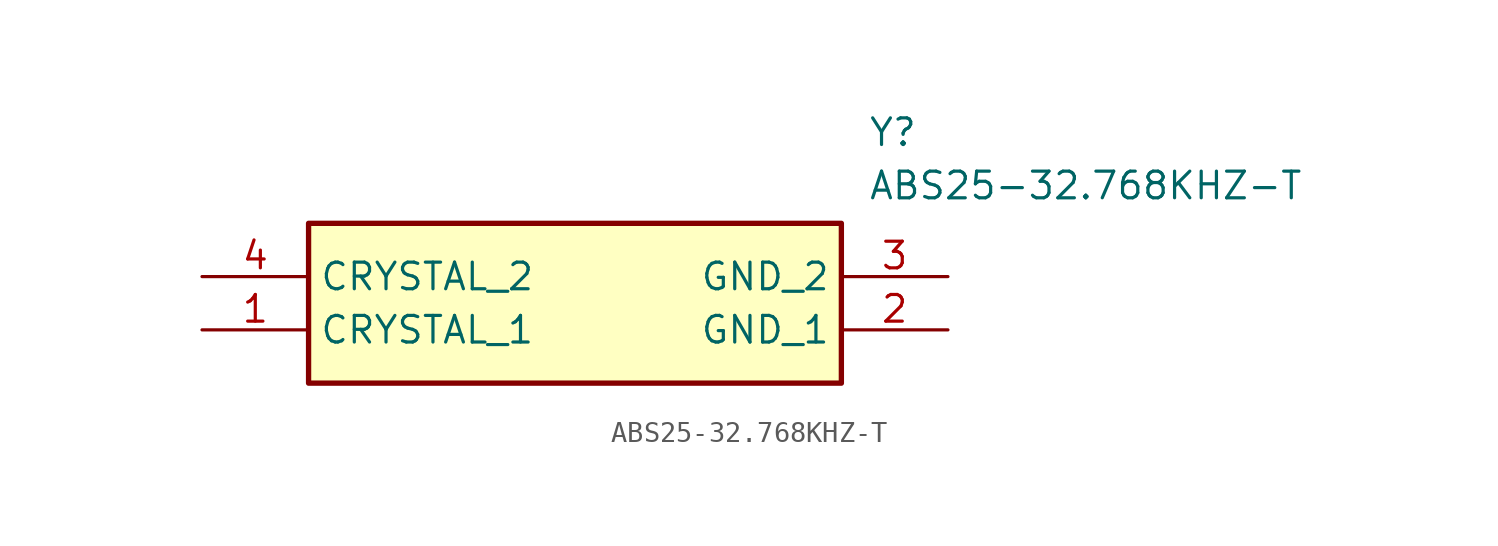
<source format=kicad_sym>
(kicad_symbol_lib
  (version 20211014)
  (generator SamacSys_ECAD_Model)
  (symbol "ABS25-32.768KHZ-T"
    (property "Reference" "Y"
      (at 31.75 7.62 0)
      (effects (font (size 1.27 1.27)) (justify left top)))
    (property "Value" "ABS25-32.768KHZ-T"
      (at 31.75 5.08 0)
      (effects (font (size 1.27 1.27)) (justify left top)))
    (rectangle
      (start 5.08 2.54)
      (end 30.48 -5.08)
      (stroke (width 0.254) (type default))
      (fill (type background)))
    (pin passive line
      (at 0 -2.54 0)
      (length 5.08)
      (name "CRYSTAL_1" (effects (font (size 1.27 1.27))))
      (number "1" (effects (font (size 1.27 1.27)))))
    (pin passive line
      (at 35.56 -2.54 180)
      (length 5.08)
      (name "GND_1" (effects (font (size 1.27 1.27))))
      (number "2" (effects (font (size 1.27 1.27)))))
    (pin passive line
      (at 35.56 0 180)
      (length 5.08)
      (name "GND_2" (effects (font (size 1.27 1.27))))
      (number "3" (effects (font (size 1.27 1.27)))))
    (pin passive line
      (at 0 0 0)
      (length 5.08)
      (name "CRYSTAL_2" (effects (font (size 1.27 1.27))))
      (number "4" (effects (font (size 1.27 1.27)))))))
</source>
